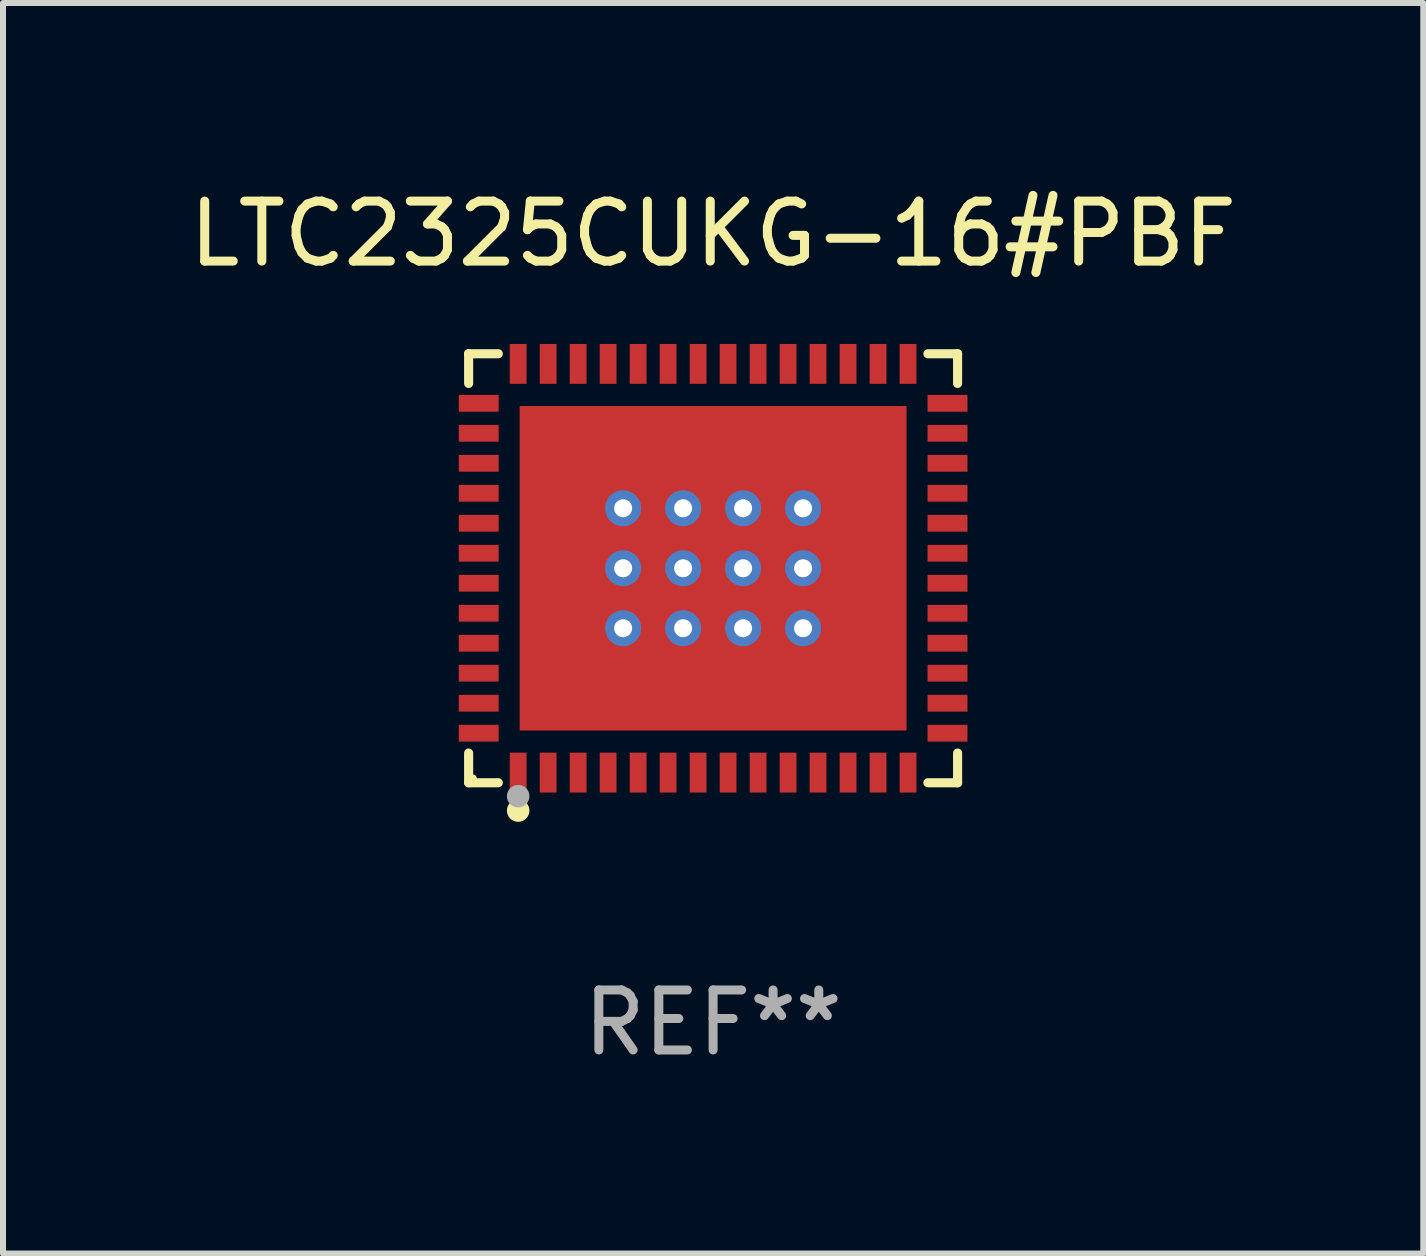
<source format=kicad_pcb>
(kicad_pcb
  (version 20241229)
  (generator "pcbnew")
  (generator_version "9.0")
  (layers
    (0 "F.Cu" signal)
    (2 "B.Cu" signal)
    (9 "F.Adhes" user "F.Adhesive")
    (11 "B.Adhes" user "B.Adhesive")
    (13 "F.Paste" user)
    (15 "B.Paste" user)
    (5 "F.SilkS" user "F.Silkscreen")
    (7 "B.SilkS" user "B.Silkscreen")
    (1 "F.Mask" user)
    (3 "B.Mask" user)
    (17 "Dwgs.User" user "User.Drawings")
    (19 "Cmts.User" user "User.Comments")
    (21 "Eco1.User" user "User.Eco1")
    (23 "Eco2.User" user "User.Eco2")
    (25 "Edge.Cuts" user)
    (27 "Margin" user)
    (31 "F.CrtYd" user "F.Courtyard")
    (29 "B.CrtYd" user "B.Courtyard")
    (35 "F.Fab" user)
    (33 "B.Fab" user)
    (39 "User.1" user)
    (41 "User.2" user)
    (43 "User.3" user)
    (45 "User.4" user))
  (footprint "LTC2325CUKG-16#PBF"
    (layer "F.Cu")
    (at 8.839 6.424)
    (property "Reference" "LTC2325CUKG-16#PBF" (at 0 -5.576 0) (layer "F.SilkS") (effects (font (size 1 1) (thickness 0.15))))
    (attr through_hole)
    (fp_line (start -4.076 -3.576) (end -3.581 -3.576) (stroke (width 0.152) (type solid)) (layer "F.SilkS"))
    (fp_line (start -4.076 -3.081) (end -4.076 -3.576) (stroke (width 0.152) (type solid)) (layer "F.SilkS"))
    (fp_line (start -4.076 3.081) (end -4.076 3.576) (stroke (width 0.152) (type solid)) (layer "F.SilkS"))
    (fp_line (start -4.076 3.576) (end -3.581 3.576) (stroke (width 0.152) (type solid)) (layer "F.SilkS"))
    (fp_line (start 4.076 -3.576) (end 3.581 -3.576) (stroke (width 0.152) (type solid)) (layer "F.SilkS"))
    (fp_line (start 4.076 -3.081) (end 4.076 -3.576) (stroke (width 0.152) (type solid)) (layer "F.SilkS"))
    (fp_line (start 4.076 3.081) (end 4.076 3.576) (stroke (width 0.152) (type solid)) (layer "F.SilkS"))
    (fp_line (start 4.076 3.576) (end 3.581 3.576) (stroke (width 0.152) (type solid)) (layer "F.SilkS"))
    (fp_circle (center -4 3.5) (end -3.97 3.5) (stroke (width 0.06) (type solid)) (fill no) (layer "F.SilkS"))
    (fp_circle (center -3.25 4.04) (end -3.156 4.04) (stroke (width 0.188) (type solid)) (fill no) (layer "F.SilkS"))
    (fp_circle (center -3.25 3.8) (end -3.156 3.8) (stroke (width 0.188) (type solid)) (fill no) (layer "F.Fab"))
    (fp_text user "REF**" (at 0 7.576 0) (layer "F.Fab") (effects (font (size 1 1) (thickness 0.15))))
    (pad "1" smd rect (at -3.25 3.407) (size 0.28 0.665) (layers "F.Cu" "F.Mask" "F.Paste"))
    (pad "2" smd rect (at -2.75 3.407) (size 0.28 0.665) (layers "F.Cu" "F.Mask" "F.Paste"))
    (pad "3" smd rect (at -2.25 3.407) (size 0.28 0.665) (layers "F.Cu" "F.Mask" "F.Paste"))
    (pad "4" smd rect (at -1.75 3.407) (size 0.28 0.665) (layers "F.Cu" "F.Mask" "F.Paste"))
    (pad "5" smd rect (at -1.25 3.407) (size 0.28 0.665) (layers "F.Cu" "F.Mask" "F.Paste"))
    (pad "6" smd rect (at -0.75 3.407) (size 0.28 0.665) (layers "F.Cu" "F.Mask" "F.Paste"))
    (pad "7" smd rect (at -0.25 3.407) (size 0.28 0.665) (layers "F.Cu" "F.Mask" "F.Paste"))
    (pad "8" smd rect (at 0.25 3.407) (size 0.28 0.665) (layers "F.Cu" "F.Mask" "F.Paste"))
    (pad "9" smd rect (at 0.75 3.407) (size 0.28 0.665) (layers "F.Cu" "F.Mask" "F.Paste"))
    (pad "10" smd rect (at 1.25 3.407) (size 0.28 0.665) (layers "F.Cu" "F.Mask" "F.Paste"))
    (pad "11" smd rect (at 1.75 3.407) (size 0.28 0.665) (layers "F.Cu" "F.Mask" "F.Paste"))
    (pad "12" smd rect (at 2.25 3.407) (size 0.28 0.665) (layers "F.Cu" "F.Mask" "F.Paste"))
    (pad "13" smd rect (at 2.75 3.407) (size 0.28 0.665) (layers "F.Cu" "F.Mask" "F.Paste"))
    (pad "14" smd rect (at 3.25 3.407) (size 0.28 0.665) (layers "F.Cu" "F.Mask" "F.Paste"))
    (pad "15" smd rect (at 3.908 2.75) (size 0.665 0.28) (layers "F.Cu" "F.Mask" "F.Paste"))
    (pad "16" smd rect (at 3.908 2.25) (size 0.665 0.28) (layers "F.Cu" "F.Mask" "F.Paste"))
    (pad "17" smd rect (at 3.908 1.75) (size 0.665 0.28) (layers "F.Cu" "F.Mask" "F.Paste"))
    (pad "18" smd rect (at 3.908 1.25) (size 0.665 0.28) (layers "F.Cu" "F.Mask" "F.Paste"))
    (pad "19" smd rect (at 3.908 0.75) (size 0.665 0.28) (layers "F.Cu" "F.Mask" "F.Paste"))
    (pad "20" smd rect (at 3.908 0.25) (size 0.665 0.28) (layers "F.Cu" "F.Mask" "F.Paste"))
    (pad "21" smd rect (at 3.908 -0.25) (size 0.665 0.28) (layers "F.Cu" "F.Mask" "F.Paste"))
    (pad "22" smd rect (at 3.908 -0.75) (size 0.665 0.28) (layers "F.Cu" "F.Mask" "F.Paste"))
    (pad "23" smd rect (at 3.908 -1.25) (size 0.665 0.28) (layers "F.Cu" "F.Mask" "F.Paste"))
    (pad "24" smd rect (at 3.908 -1.75) (size 0.665 0.28) (layers "F.Cu" "F.Mask" "F.Paste"))
    (pad "25" smd rect (at 3.908 -2.25) (size 0.665 0.28) (layers "F.Cu" "F.Mask" "F.Paste"))
    (pad "26" smd rect (at 3.908 -2.75) (size 0.665 0.28) (layers "F.Cu" "F.Mask" "F.Paste"))
    (pad "27" smd rect (at 3.25 -3.407) (size 0.28 0.665) (layers "F.Cu" "F.Mask" "F.Paste"))
    (pad "28" smd rect (at 2.75 -3.407) (size 0.28 0.665) (layers "F.Cu" "F.Mask" "F.Paste"))
    (pad "29" smd rect (at 2.25 -3.407) (size 0.28 0.665) (layers "F.Cu" "F.Mask" "F.Paste"))
    (pad "30" smd rect (at 1.75 -3.407) (size 0.28 0.665) (layers "F.Cu" "F.Mask" "F.Paste"))
    (pad "31" smd rect (at 1.25 -3.407) (size 0.28 0.665) (layers "F.Cu" "F.Mask" "F.Paste"))
    (pad "32" smd rect (at 0.75 -3.407) (size 0.28 0.665) (layers "F.Cu" "F.Mask" "F.Paste"))
    (pad "33" smd rect (at 0.25 -3.407) (size 0.28 0.665) (layers "F.Cu" "F.Mask" "F.Paste"))
    (pad "34" smd rect (at -0.25 -3.407) (size 0.28 0.665) (layers "F.Cu" "F.Mask" "F.Paste"))
    (pad "35" smd rect (at -0.75 -3.407) (size 0.28 0.665) (layers "F.Cu" "F.Mask" "F.Paste"))
    (pad "36" smd rect (at -1.25 -3.407) (size 0.28 0.665) (layers "F.Cu" "F.Mask" "F.Paste"))
    (pad "37" smd rect (at -1.75 -3.407) (size 0.28 0.665) (layers "F.Cu" "F.Mask" "F.Paste"))
    (pad "38" smd rect (at -2.25 -3.407) (size 0.28 0.665) (layers "F.Cu" "F.Mask" "F.Paste"))
    (pad "39" smd rect (at -2.75 -3.407) (size 0.28 0.665) (layers "F.Cu" "F.Mask" "F.Paste"))
    (pad "40" smd rect (at -3.25 -3.407) (size 0.28 0.665) (layers "F.Cu" "F.Mask" "F.Paste"))
    (pad "41" smd rect (at -3.908 -2.75) (size 0.665 0.28) (layers "F.Cu" "F.Mask" "F.Paste"))
    (pad "42" smd rect (at -3.908 -2.25) (size 0.665 0.28) (layers "F.Cu" "F.Mask" "F.Paste"))
    (pad "43" smd rect (at -3.908 -1.75) (size 0.665 0.28) (layers "F.Cu" "F.Mask" "F.Paste"))
    (pad "44" smd rect (at -3.908 -1.25) (size 0.665 0.28) (layers "F.Cu" "F.Mask" "F.Paste"))
    (pad "45" smd rect (at -3.908 -0.75) (size 0.665 0.28) (layers "F.Cu" "F.Mask" "F.Paste"))
    (pad "46" smd rect (at -3.908 -0.25) (size 0.665 0.28) (layers "F.Cu" "F.Mask" "F.Paste"))
    (pad "47" smd rect (at -3.908 0.25) (size 0.665 0.28) (layers "F.Cu" "F.Mask" "F.Paste"))
    (pad "48" smd rect (at -3.908 0.75) (size 0.665 0.28) (layers "F.Cu" "F.Mask" "F.Paste"))
    (pad "49" smd rect (at -3.908 1.25) (size 0.665 0.28) (layers "F.Cu" "F.Mask" "F.Paste"))
    (pad "50" smd rect (at -3.908 1.75) (size 0.665 0.28) (layers "F.Cu" "F.Mask" "F.Paste"))
    (pad "51" smd rect (at -3.908 2.25) (size 0.665 0.28) (layers "F.Cu" "F.Mask" "F.Paste"))
    (pad "52" smd rect (at -3.908 2.75) (size 0.665 0.28) (layers "F.Cu" "F.Mask" "F.Paste"))
    (pad "53" thru_hole circle (at -1.5 -1) (size 0.6 0.6) (drill 0.3) (layers "*.Cu" "*.Mask"))
    (pad "53" thru_hole circle (at -1.5 0) (size 0.6 0.6) (drill 0.3) (layers "*.Cu" "*.Mask"))
    (pad "53" thru_hole circle (at -1.5 1) (size 0.6 0.6) (drill 0.3) (layers "*.Cu" "*.Mask"))
    (pad "53" thru_hole circle (at -0.5 -1) (size 0.6 0.6) (drill 0.3) (layers "*.Cu" "*.Mask"))
    (pad "53" thru_hole circle (at -0.5 0) (size 0.6 0.6) (drill 0.3) (layers "*.Cu" "*.Mask"))
    (pad "53" thru_hole circle (at -0.5 1) (size 0.6 0.6) (drill 0.3) (layers "*.Cu" "*.Mask"))
    (pad "53" smd rect (at 0 0) (size 6.45 5.41) (layers "F.Cu" "F.Mask" "F.Paste"))
    (pad "53" thru_hole circle (at 0.5 -1) (size 0.6 0.6) (drill 0.3) (layers "*.Cu" "*.Mask"))
    (pad "53" thru_hole circle (at 0.5 0) (size 0.6 0.6) (drill 0.3) (layers "*.Cu" "*.Mask"))
    (pad "53" thru_hole circle (at 0.5 1) (size 0.6 0.6) (drill 0.3) (layers "*.Cu" "*.Mask"))
    (pad "53" thru_hole circle (at 1.5 -1) (size 0.6 0.6) (drill 0.3) (layers "*.Cu" "*.Mask"))
    (pad "53" thru_hole circle (at 1.5 0) (size 0.6 0.6) (drill 0.3) (layers "*.Cu" "*.Mask"))
    (pad "53" thru_hole circle (at 1.5 1) (size 0.6 0.6) (drill 0.3) (layers "*.Cu" "*.Mask")))
  (gr_rect
    (start -3 -3)
    (end 20.679 17.849)
    (stroke (width 0.1) (type default))
    (fill no)
    (layer "Edge.Cuts")))
</source>
